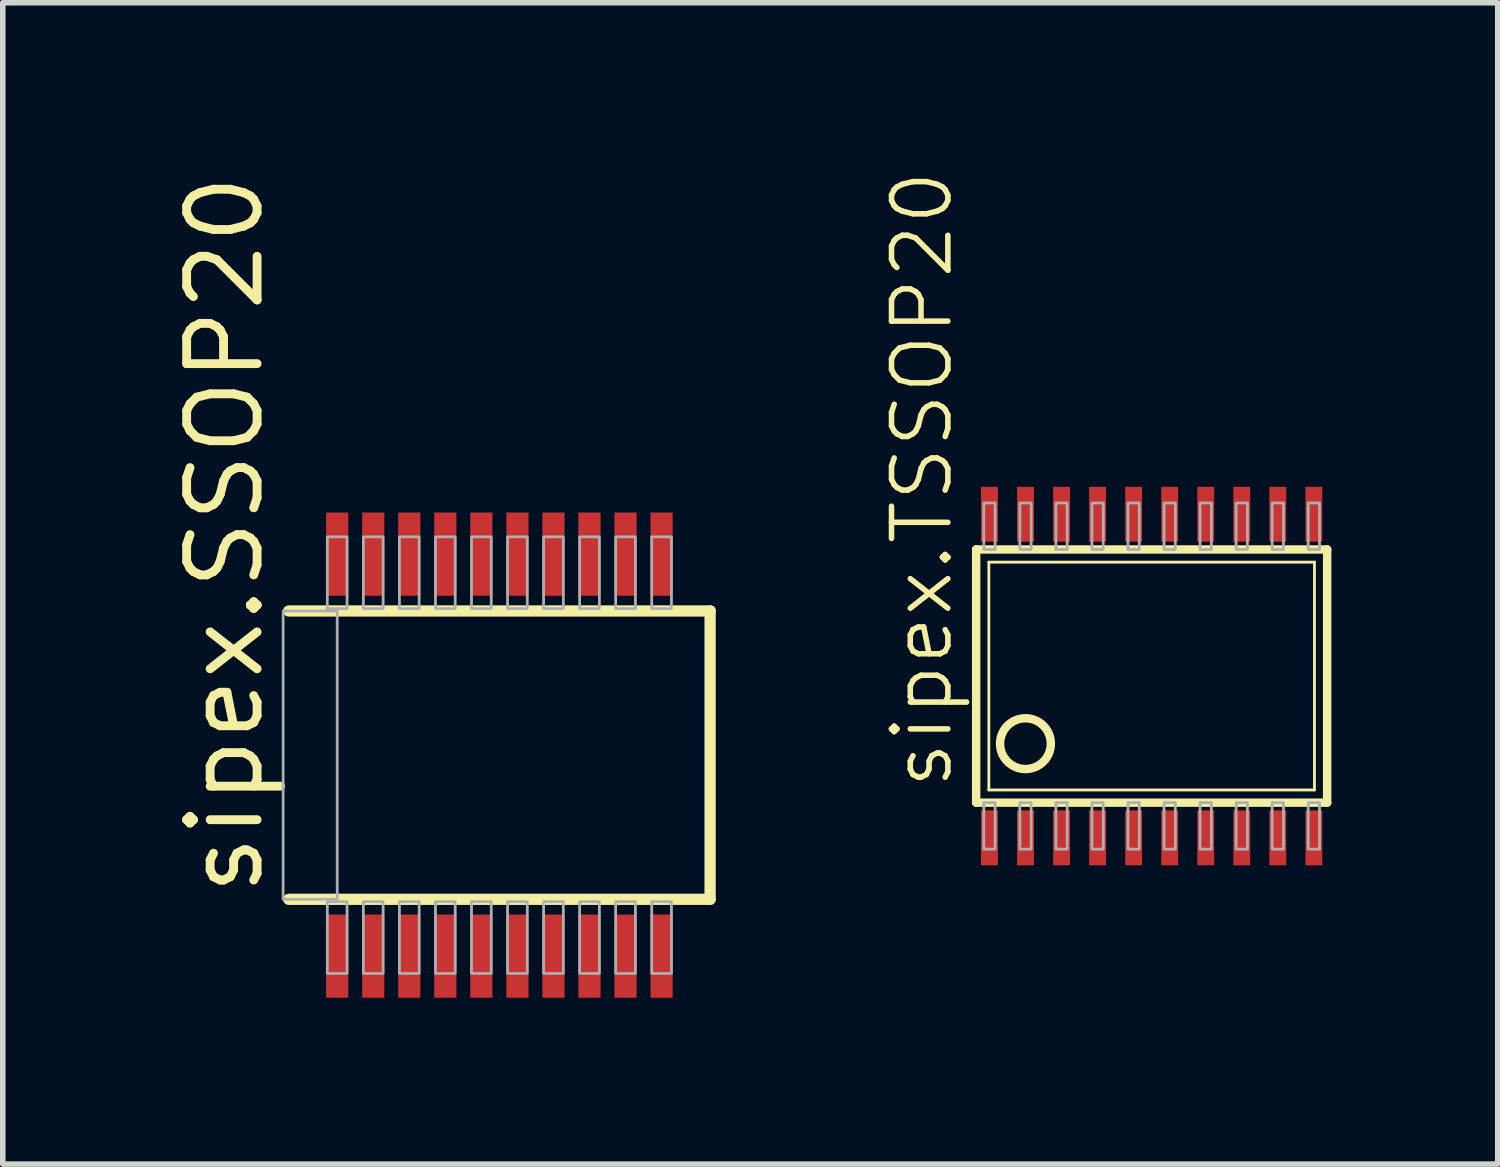
<source format=kicad_pcb>
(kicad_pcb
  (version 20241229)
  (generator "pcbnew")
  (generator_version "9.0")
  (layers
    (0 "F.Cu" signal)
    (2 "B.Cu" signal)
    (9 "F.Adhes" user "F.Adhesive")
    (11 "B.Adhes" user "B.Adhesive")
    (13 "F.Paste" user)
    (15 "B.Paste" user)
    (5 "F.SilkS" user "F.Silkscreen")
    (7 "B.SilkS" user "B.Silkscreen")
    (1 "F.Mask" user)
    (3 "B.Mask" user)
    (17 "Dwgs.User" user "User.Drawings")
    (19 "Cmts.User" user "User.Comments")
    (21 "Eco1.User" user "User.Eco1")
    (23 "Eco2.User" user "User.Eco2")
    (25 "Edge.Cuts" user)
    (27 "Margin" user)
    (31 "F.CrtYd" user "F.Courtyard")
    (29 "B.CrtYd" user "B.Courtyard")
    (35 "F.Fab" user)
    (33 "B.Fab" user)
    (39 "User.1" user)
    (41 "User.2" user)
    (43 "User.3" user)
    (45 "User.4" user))
  (footprint "sipex.SSOP20"
    (layer "F.Cu")
    (at 5.956 10.568)
    (property "Reference" "sipex.SSOP20" (at -4.206 2.6 90) (layer "F.SilkS") (effects (font (size 1.27 1.27) (thickness 0.16)) (justify left bottom)))
    (attr smd)
    (fp_line (start -3.8 2.6) (end 3.8 2.6) (stroke (width 0.203) (type default)) (layer "F.SilkS"))
    (fp_line (start 3.8 -2.6) (end -3.8 -2.6) (stroke (width 0.203) (type default)) (layer "F.SilkS"))
    (fp_line (start 3.8 2.6) (end 3.8 -2.6) (stroke (width 0.203) (type default)) (layer "F.SilkS"))
    (fp_rect (start -3.9 2.6) (end -2.925 -2.6) (stroke (width 0.05) (type default)) (fill no) (layer "F.Fab"))
    (fp_rect (start -3.103 3.937) (end -2.747 2.642) (stroke (width 0.05) (type default)) (fill no) (layer "F.Fab"))
    (fp_rect (start -3.103 -2.642) (end -2.747 -3.937) (stroke (width 0.05) (type default)) (fill no) (layer "F.Fab"))
    (fp_rect (start -2.453 3.937) (end -2.097 2.642) (stroke (width 0.05) (type default)) (fill no) (layer "F.Fab"))
    (fp_rect (start -2.453 -2.642) (end -2.097 -3.937) (stroke (width 0.05) (type default)) (fill no) (layer "F.Fab"))
    (fp_rect (start -1.803 3.937) (end -1.447 2.642) (stroke (width 0.05) (type default)) (fill no) (layer "F.Fab"))
    (fp_rect (start -1.803 -2.642) (end -1.447 -3.937) (stroke (width 0.05) (type default)) (fill no) (layer "F.Fab"))
    (fp_rect (start -1.153 3.937) (end -0.797 2.642) (stroke (width 0.05) (type default)) (fill no) (layer "F.Fab"))
    (fp_rect (start -1.153 -2.642) (end -0.797 -3.937) (stroke (width 0.05) (type default)) (fill no) (layer "F.Fab"))
    (fp_rect (start -0.503 3.937) (end -0.147 2.642) (stroke (width 0.05) (type default)) (fill no) (layer "F.Fab"))
    (fp_rect (start -0.503 -2.642) (end -0.147 -3.937) (stroke (width 0.05) (type default)) (fill no) (layer "F.Fab"))
    (fp_rect (start 0.147 3.937) (end 0.503 2.642) (stroke (width 0.05) (type default)) (fill no) (layer "F.Fab"))
    (fp_rect (start 0.147 -2.642) (end 0.503 -3.937) (stroke (width 0.05) (type default)) (fill no) (layer "F.Fab"))
    (fp_rect (start 0.797 3.937) (end 1.153 2.642) (stroke (width 0.05) (type default)) (fill no) (layer "F.Fab"))
    (fp_rect (start 0.797 -2.642) (end 1.153 -3.937) (stroke (width 0.05) (type default)) (fill no) (layer "F.Fab"))
    (fp_rect (start 1.447 -2.642) (end 1.803 -3.937) (stroke (width 0.05) (type default)) (fill no) (layer "F.Fab"))
    (fp_rect (start 1.447 3.937) (end 1.803 2.642) (stroke (width 0.05) (type default)) (fill no) (layer "F.Fab"))
    (fp_rect (start 2.097 -2.642) (end 2.453 -3.937) (stroke (width 0.05) (type default)) (fill no) (layer "F.Fab"))
    (fp_rect (start 2.097 3.937) (end 2.453 2.642) (stroke (width 0.05) (type default)) (fill no) (layer "F.Fab"))
    (fp_rect (start 2.747 -2.642) (end 3.103 -3.937) (stroke (width 0.05) (type default)) (fill no) (layer "F.Fab"))
    (fp_rect (start 2.747 3.937) (end 3.103 2.642) (stroke (width 0.05) (type default)) (fill no) (layer "F.Fab"))
    (pad "1" smd roundrect (at -2.925 3.625) (size 0.4 1.5) (layers "F.Cu" "F.Mask" "F.Paste") (roundrect_rratio 0.01))
    (pad "2" smd roundrect (at -2.275 3.625) (size 0.4 1.5) (layers "F.Cu" "F.Mask" "F.Paste") (roundrect_rratio 0.01))
    (pad "3" smd roundrect (at -1.625 3.625) (size 0.4 1.5) (layers "F.Cu" "F.Mask" "F.Paste") (roundrect_rratio 0.01))
    (pad "4" smd roundrect (at -0.975 3.625) (size 0.4 1.5) (layers "F.Cu" "F.Mask" "F.Paste") (roundrect_rratio 0.01))
    (pad "5" smd roundrect (at -0.325 3.625) (size 0.4 1.5) (layers "F.Cu" "F.Mask" "F.Paste") (roundrect_rratio 0.01))
    (pad "6" smd roundrect (at 0.325 3.625) (size 0.4 1.5) (layers "F.Cu" "F.Mask" "F.Paste") (roundrect_rratio 0.01))
    (pad "7" smd roundrect (at 0.975 3.625) (size 0.4 1.5) (layers "F.Cu" "F.Mask" "F.Paste") (roundrect_rratio 0.01))
    (pad "8" smd roundrect (at 1.625 3.625) (size 0.4 1.5) (layers "F.Cu" "F.Mask" "F.Paste") (roundrect_rratio 0.01))
    (pad "9" smd roundrect (at 2.275 3.625) (size 0.4 1.5) (layers "F.Cu" "F.Mask" "F.Paste") (roundrect_rratio 0.01))
    (pad "10" smd roundrect (at 2.925 3.625) (size 0.4 1.5) (layers "F.Cu" "F.Mask" "F.Paste") (roundrect_rratio 0.01))
    (pad "11" smd roundrect (at 2.925 -3.625) (size 0.4 1.5) (layers "F.Cu" "F.Mask" "F.Paste") (roundrect_rratio 0.01))
    (pad "12" smd roundrect (at 2.275 -3.625) (size 0.4 1.5) (layers "F.Cu" "F.Mask" "F.Paste") (roundrect_rratio 0.01))
    (pad "13" smd roundrect (at 1.625 -3.625) (size 0.4 1.5) (layers "F.Cu" "F.Mask" "F.Paste") (roundrect_rratio 0.01))
    (pad "14" smd roundrect (at 0.975 -3.625) (size 0.4 1.5) (layers "F.Cu" "F.Mask" "F.Paste") (roundrect_rratio 0.01))
    (pad "15" smd roundrect (at 0.325 -3.625) (size 0.4 1.5) (layers "F.Cu" "F.Mask" "F.Paste") (roundrect_rratio 0.01))
    (pad "16" smd roundrect (at -0.325 -3.625) (size 0.4 1.5) (layers "F.Cu" "F.Mask" "F.Paste") (roundrect_rratio 0.01))
    (pad "17" smd roundrect (at -0.975 -3.625) (size 0.4 1.5) (layers "F.Cu" "F.Mask" "F.Paste") (roundrect_rratio 0.01))
    (pad "18" smd roundrect (at -1.625 -3.625) (size 0.4 1.5) (layers "F.Cu" "F.Mask" "F.Paste") (roundrect_rratio 0.01))
    (pad "19" smd roundrect (at -2.275 -3.625) (size 0.4 1.5) (layers "F.Cu" "F.Mask" "F.Paste") (roundrect_rratio 0.01))
    (pad "20" smd roundrect (at -2.925 -3.625) (size 0.4 1.5) (layers "F.Cu" "F.Mask" "F.Paste") (roundrect_rratio 0.01)))
  (footprint "sipex.TSSOP20"
    (layer "F.Cu")
    (at 17.719 9.142)
    (property "Reference" "sipex.TSSOP20" (at -3.546 2.083 90) (layer "F.SilkS") (effects (font (size 1.016 1.016) (thickness 0.1)) (justify left bottom)))
    (attr smd)
    (fp_line (start -3.165 2.283) (end -3.165 -2.283) (stroke (width 0.152) (type default)) (layer "F.SilkS"))
    (fp_line (start -3.165 2.283) (end 3.165 2.283) (stroke (width 0.152) (type default)) (layer "F.SilkS"))
    (fp_line (start -2.936 2.054) (end -2.936 -2.054) (stroke (width 0.051) (type default)) (layer "F.SilkS"))
    (fp_line (start -2.936 2.054) (end 2.936 2.054) (stroke (width 0.051) (type default)) (layer "F.SilkS"))
    (fp_line (start 2.936 -2.054) (end -2.936 -2.054) (stroke (width 0.051) (type default)) (layer "F.SilkS"))
    (fp_line (start 2.936 -2.054) (end 2.936 2.054) (stroke (width 0.051) (type default)) (layer "F.SilkS"))
    (fp_line (start 3.165 -2.283) (end -3.165 -2.283) (stroke (width 0.152) (type default)) (layer "F.SilkS"))
    (fp_line (start 3.165 -2.283) (end 3.165 2.283) (stroke (width 0.152) (type default)) (layer "F.SilkS"))
    (fp_circle (center -2.276 1.219) (end -1.818 1.219) (stroke (width 0.152) (type default)) (fill no) (layer "F.SilkS"))
    (fp_rect (start -3.027 -2.283) (end -2.823 -3.121) (stroke (width 0.05) (type default)) (fill no) (layer "F.Fab"))
    (fp_rect (start -3.027 3.121) (end -2.823 2.283) (stroke (width 0.05) (type default)) (fill no) (layer "F.Fab"))
    (fp_rect (start -2.377 -2.283) (end -2.173 -3.121) (stroke (width 0.05) (type default)) (fill no) (layer "F.Fab"))
    (fp_rect (start -2.377 3.121) (end -2.173 2.283) (stroke (width 0.05) (type default)) (fill no) (layer "F.Fab"))
    (fp_rect (start -1.727 -2.283) (end -1.523 -3.121) (stroke (width 0.05) (type default)) (fill no) (layer "F.Fab"))
    (fp_rect (start -1.727 3.121) (end -1.523 2.283) (stroke (width 0.05) (type default)) (fill no) (layer "F.Fab"))
    (fp_rect (start -1.077 -2.283) (end -0.873 -3.121) (stroke (width 0.05) (type default)) (fill no) (layer "F.Fab"))
    (fp_rect (start -1.077 3.121) (end -0.873 2.283) (stroke (width 0.05) (type default)) (fill no) (layer "F.Fab"))
    (fp_rect (start -0.427 -2.283) (end -0.223 -3.121) (stroke (width 0.05) (type default)) (fill no) (layer "F.Fab"))
    (fp_rect (start -0.427 3.121) (end -0.223 2.283) (stroke (width 0.05) (type default)) (fill no) (layer "F.Fab"))
    (fp_rect (start 0.223 -2.283) (end 0.427 -3.121) (stroke (width 0.05) (type default)) (fill no) (layer "F.Fab"))
    (fp_rect (start 0.223 3.121) (end 0.427 2.283) (stroke (width 0.05) (type default)) (fill no) (layer "F.Fab"))
    (fp_rect (start 0.873 -2.283) (end 1.077 -3.121) (stroke (width 0.05) (type default)) (fill no) (layer "F.Fab"))
    (fp_rect (start 0.873 3.121) (end 1.077 2.283) (stroke (width 0.05) (type default)) (fill no) (layer "F.Fab"))
    (fp_rect (start 1.523 -2.283) (end 1.727 -3.121) (stroke (width 0.05) (type default)) (fill no) (layer "F.Fab"))
    (fp_rect (start 1.523 3.121) (end 1.727 2.283) (stroke (width 0.05) (type default)) (fill no) (layer "F.Fab"))
    (fp_rect (start 2.173 -2.283) (end 2.377 -3.121) (stroke (width 0.05) (type default)) (fill no) (layer "F.Fab"))
    (fp_rect (start 2.173 3.121) (end 2.377 2.283) (stroke (width 0.05) (type default)) (fill no) (layer "F.Fab"))
    (fp_rect (start 2.823 -2.283) (end 3.027 -3.121) (stroke (width 0.05) (type default)) (fill no) (layer "F.Fab"))
    (fp_rect (start 2.823 3.121) (end 3.027 2.283) (stroke (width 0.05) (type default)) (fill no) (layer "F.Fab"))
    (pad "1" smd roundrect (at -2.925 2.918) (size 0.305 0.991) (layers "F.Cu" "F.Mask" "F.Paste") (roundrect_rratio 0.01))
    (pad "2" smd roundrect (at -2.275 2.918) (size 0.305 0.991) (layers "F.Cu" "F.Mask" "F.Paste") (roundrect_rratio 0.01))
    (pad "3" smd roundrect (at -1.625 2.918) (size 0.305 0.991) (layers "F.Cu" "F.Mask" "F.Paste") (roundrect_rratio 0.01))
    (pad "4" smd roundrect (at -0.975 2.918) (size 0.305 0.991) (layers "F.Cu" "F.Mask" "F.Paste") (roundrect_rratio 0.01))
    (pad "5" smd roundrect (at -0.325 2.918) (size 0.305 0.991) (layers "F.Cu" "F.Mask" "F.Paste") (roundrect_rratio 0.01))
    (pad "6" smd roundrect (at 0.325 2.918) (size 0.305 0.991) (layers "F.Cu" "F.Mask" "F.Paste") (roundrect_rratio 0.01))
    (pad "7" smd roundrect (at 0.975 2.918) (size 0.305 0.991) (layers "F.Cu" "F.Mask" "F.Paste") (roundrect_rratio 0.01))
    (pad "8" smd roundrect (at 1.625 2.918) (size 0.305 0.991) (layers "F.Cu" "F.Mask" "F.Paste") (roundrect_rratio 0.01))
    (pad "9" smd roundrect (at 2.275 2.918) (size 0.305 0.991) (layers "F.Cu" "F.Mask" "F.Paste") (roundrect_rratio 0.01))
    (pad "10" smd roundrect (at 2.925 2.918) (size 0.305 0.991) (layers "F.Cu" "F.Mask" "F.Paste") (roundrect_rratio 0.01))
    (pad "11" smd roundrect (at 2.925 -2.918) (size 0.305 0.991) (layers "F.Cu" "F.Mask" "F.Paste") (roundrect_rratio 0.01))
    (pad "12" smd roundrect (at 2.275 -2.918) (size 0.305 0.991) (layers "F.Cu" "F.Mask" "F.Paste") (roundrect_rratio 0.01))
    (pad "13" smd roundrect (at 1.625 -2.918) (size 0.305 0.991) (layers "F.Cu" "F.Mask" "F.Paste") (roundrect_rratio 0.01))
    (pad "14" smd roundrect (at 0.975 -2.918) (size 0.305 0.991) (layers "F.Cu" "F.Mask" "F.Paste") (roundrect_rratio 0.01))
    (pad "15" smd roundrect (at 0.325 -2.918) (size 0.305 0.991) (layers "F.Cu" "F.Mask" "F.Paste") (roundrect_rratio 0.01))
    (pad "16" smd roundrect (at -0.325 -2.918) (size 0.305 0.991) (layers "F.Cu" "F.Mask" "F.Paste") (roundrect_rratio 0.01))
    (pad "17" smd roundrect (at -0.975 -2.918) (size 0.305 0.991) (layers "F.Cu" "F.Mask" "F.Paste") (roundrect_rratio 0.01))
    (pad "18" smd roundrect (at -1.625 -2.918) (size 0.305 0.991) (layers "F.Cu" "F.Mask" "F.Paste") (roundrect_rratio 0.01))
    (pad "19" smd roundrect (at -2.275 -2.918) (size 0.305 0.991) (layers "F.Cu" "F.Mask" "F.Paste") (roundrect_rratio 0.01))
    (pad "20" smd roundrect (at -2.925 -2.918) (size 0.305 0.991) (layers "F.Cu" "F.Mask" "F.Paste") (roundrect_rratio 0.01)))
  (gr_rect
    (start -3 -3)
    (end 23.96 17.943)
    (stroke (width 0.1) (type default))
    (fill no)
    (layer "Edge.Cuts")))
</source>
